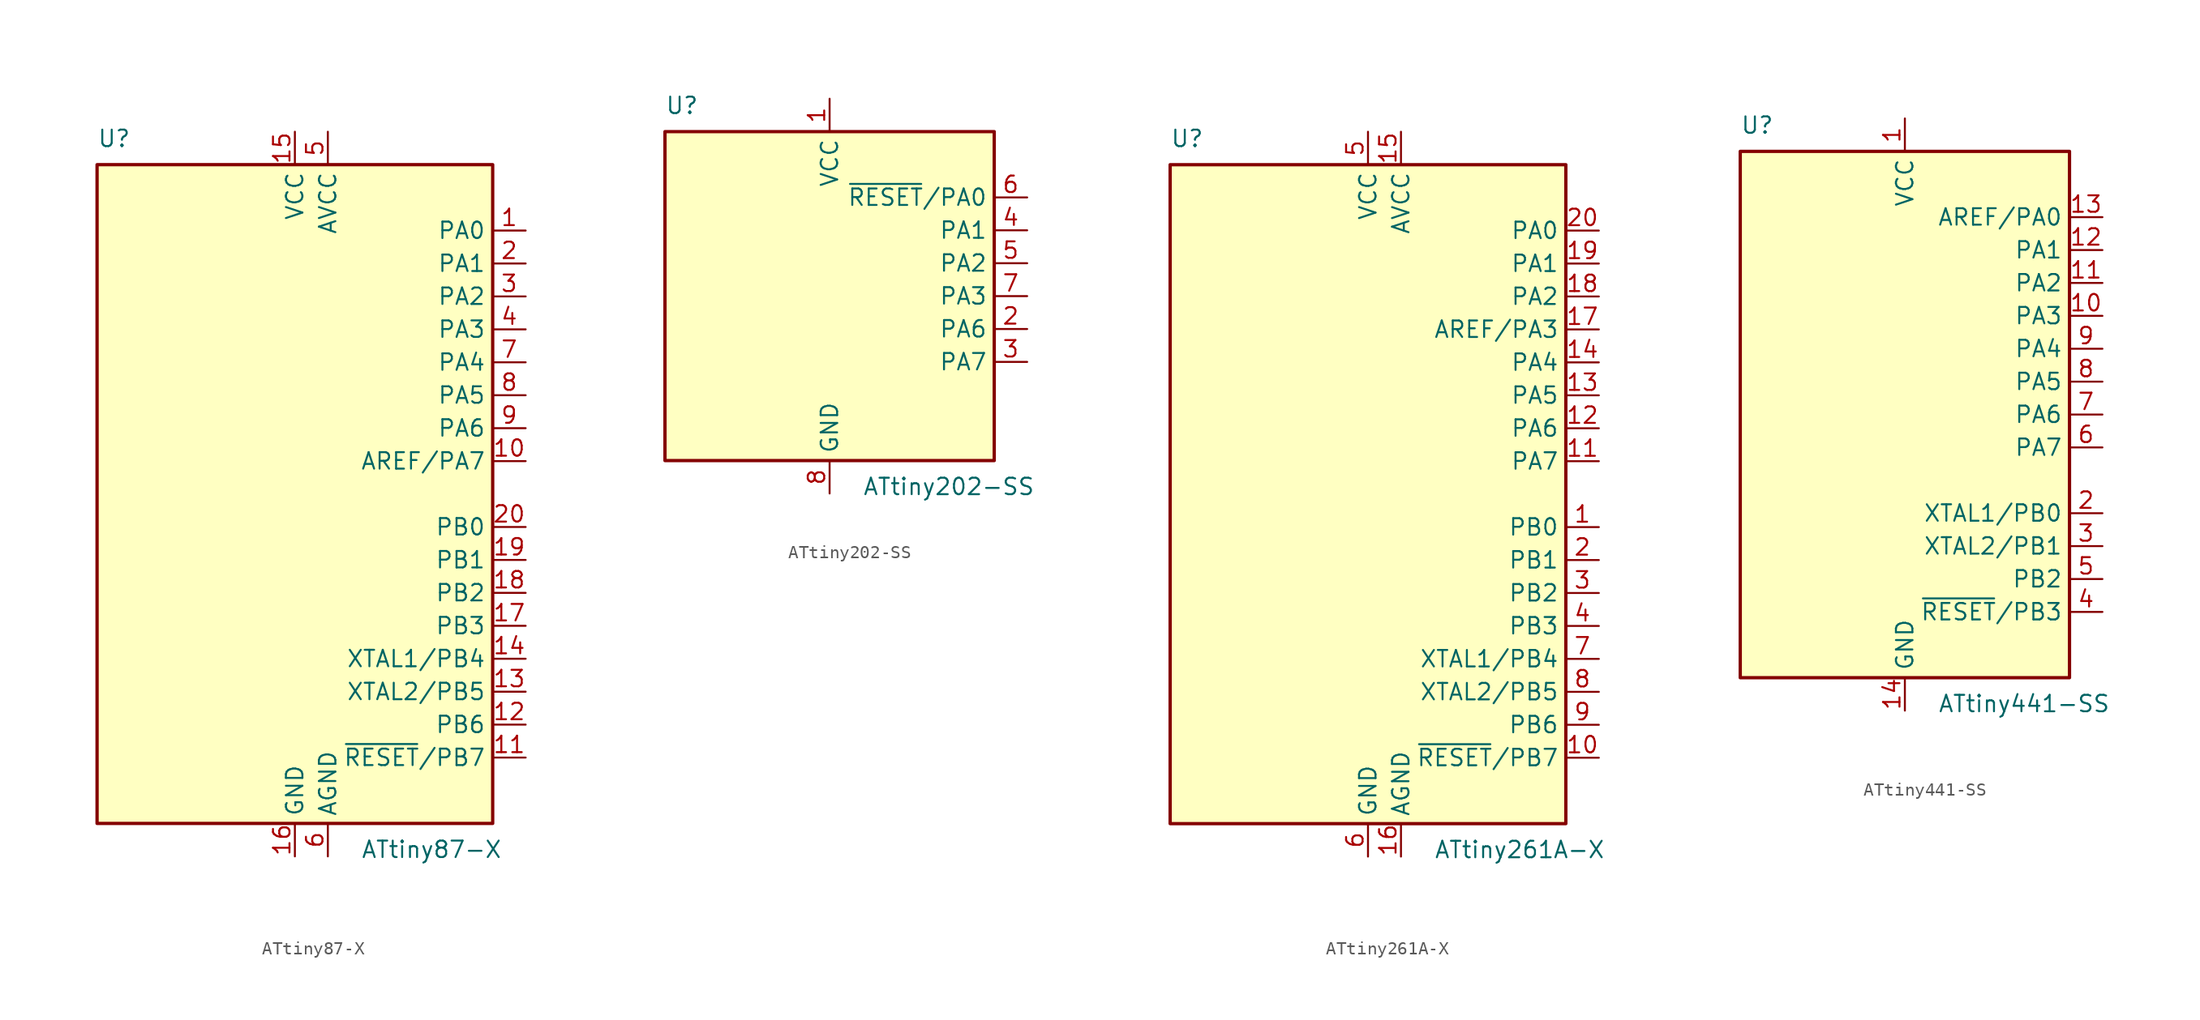
<source format=kicad_sym>
(kicad_symbol_lib
  (version 20231120)
  (generator "kicad_symbol_editor")
  (generator_version "8.0")
  (symbol "ATtiny87-X"
    (property "Reference" "U"
      (at -15.24 26.67 0)
      (effects (font (size 1.27 1.27)) (justify left bottom)))
    (property "Value" "ATtiny87-X"
      (at 5.08 -26.67 0)
      (effects (font (size 1.27 1.27)) (justify left top)))
    (symbol "ATtiny87-X_0_1"
      (rectangle (start -15.24 -25.4) (end 15.24 25.4) (stroke (width 0.254) (type default)) (fill (type background))))
    (symbol "ATtiny87-X_1_1"
      (pin bidirectional line (at 17.78 20.32 180) (length 2.54) (name "PA0" (effects (font (size 1.27 1.27)))) (number "1" (effects (font (size 1.27 1.27)))))
      (pin bidirectional line (at 17.78 2.54 180) (length 2.54) (name "AREF/PA7" (effects (font (size 1.27 1.27)))) (number "10" (effects (font (size 1.27 1.27)))))
      (pin bidirectional line (at 17.78 -20.32 180) (length 2.54) (name "~{RESET}/PB7" (effects (font (size 1.27 1.27)))) (number "11" (effects (font (size 1.27 1.27)))))
      (pin bidirectional line (at 17.78 -17.78 180) (length 2.54) (name "PB6" (effects (font (size 1.27 1.27)))) (number "12" (effects (font (size 1.27 1.27)))))
      (pin bidirectional line (at 17.78 -15.24 180) (length 2.54) (name "XTAL2/PB5" (effects (font (size 1.27 1.27)))) (number "13" (effects (font (size 1.27 1.27)))))
      (pin bidirectional line (at 17.78 -12.7 180) (length 2.54) (name "XTAL1/PB4" (effects (font (size 1.27 1.27)))) (number "14" (effects (font (size 1.27 1.27)))))
      (pin power_in line (at 0 27.94 270) (length 2.54) (name "VCC" (effects (font (size 1.27 1.27)))) (number "15" (effects (font (size 1.27 1.27)))))
      (pin power_in line (at 0 -27.94 90) (length 2.54) (name "GND" (effects (font (size 1.27 1.27)))) (number "16" (effects (font (size 1.27 1.27)))))
      (pin bidirectional line (at 17.78 -10.16 180) (length 2.54) (name "PB3" (effects (font (size 1.27 1.27)))) (number "17" (effects (font (size 1.27 1.27)))))
      (pin bidirectional line (at 17.78 -7.62 180) (length 2.54) (name "PB2" (effects (font (size 1.27 1.27)))) (number "18" (effects (font (size 1.27 1.27)))))
      (pin bidirectional line (at 17.78 -5.08 180) (length 2.54) (name "PB1" (effects (font (size 1.27 1.27)))) (number "19" (effects (font (size 1.27 1.27)))))
      (pin bidirectional line (at 17.78 17.78 180) (length 2.54) (name "PA1" (effects (font (size 1.27 1.27)))) (number "2" (effects (font (size 1.27 1.27)))))
      (pin bidirectional line (at 17.78 -2.54 180) (length 2.54) (name "PB0" (effects (font (size 1.27 1.27)))) (number "20" (effects (font (size 1.27 1.27)))))
      (pin bidirectional line (at 17.78 15.24 180) (length 2.54) (name "PA2" (effects (font (size 1.27 1.27)))) (number "3" (effects (font (size 1.27 1.27)))))
      (pin bidirectional line (at 17.78 12.7 180) (length 2.54) (name "PA3" (effects (font (size 1.27 1.27)))) (number "4" (effects (font (size 1.27 1.27)))))
      (pin power_in line (at 2.54 27.94 270) (length 2.54) (name "AVCC" (effects (font (size 1.27 1.27)))) (number "5" (effects (font (size 1.27 1.27)))))
      (pin power_in line (at 2.54 -27.94 90) (length 2.54) (name "AGND" (effects (font (size 1.27 1.27)))) (number "6" (effects (font (size 1.27 1.27)))))
      (pin bidirectional line (at 17.78 10.16 180) (length 2.54) (name "PA4" (effects (font (size 1.27 1.27)))) (number "7" (effects (font (size 1.27 1.27)))))
      (pin bidirectional line (at 17.78 7.62 180) (length 2.54) (name "PA5" (effects (font (size 1.27 1.27)))) (number "8" (effects (font (size 1.27 1.27)))))
      (pin bidirectional line (at 17.78 5.08 180) (length 2.54) (name "PA6" (effects (font (size 1.27 1.27)))) (number "9" (effects (font (size 1.27 1.27)))))))
  (symbol "ATtiny202-SS"
    (property "Reference" "U"
      (at -12.7 13.97 0)
      (effects (font (size 1.27 1.27)) (justify left bottom)))
    (property "Value" "ATtiny202-SS"
      (at 2.54 -13.97 0)
      (effects (font (size 1.27 1.27)) (justify left top)))
    (symbol "ATtiny202-SS_0_1"
      (rectangle (start -12.7 -12.7) (end 12.7 12.7) (stroke (width 0.254) (type default)) (fill (type background))))
    (symbol "ATtiny202-SS_1_1"
      (pin power_in line (at 0 15.24 270) (length 2.54) (name "VCC" (effects (font (size 1.27 1.27)))) (number "1" (effects (font (size 1.27 1.27)))))
      (pin bidirectional line (at 15.24 -2.54 180) (length 2.54) (name "PA6" (effects (font (size 1.27 1.27)))) (number "2" (effects (font (size 1.27 1.27)))))
      (pin bidirectional line (at 15.24 -5.08 180) (length 2.54) (name "PA7" (effects (font (size 1.27 1.27)))) (number "3" (effects (font (size 1.27 1.27)))))
      (pin bidirectional line (at 15.24 5.08 180) (length 2.54) (name "PA1" (effects (font (size 1.27 1.27)))) (number "4" (effects (font (size 1.27 1.27)))))
      (pin bidirectional line (at 15.24 2.54 180) (length 2.54) (name "PA2" (effects (font (size 1.27 1.27)))) (number "5" (effects (font (size 1.27 1.27)))))
      (pin bidirectional line (at 15.24 7.62 180) (length 2.54) (name "~{RESET}/PA0" (effects (font (size 1.27 1.27)))) (number "6" (effects (font (size 1.27 1.27)))))
      (pin bidirectional line (at 15.24 0 180) (length 2.54) (name "PA3" (effects (font (size 1.27 1.27)))) (number "7" (effects (font (size 1.27 1.27)))))
      (pin power_in line (at 0 -15.24 90) (length 2.54) (name "GND" (effects (font (size 1.27 1.27)))) (number "8" (effects (font (size 1.27 1.27)))))))
  (symbol "ATtiny261A-X"
    (property "Reference" "U"
      (at -15.24 26.67 0)
      (effects (font (size 1.27 1.27)) (justify left bottom)))
    (property "Value" "ATtiny261A-X"
      (at 5.08 -26.67 0)
      (effects (font (size 1.27 1.27)) (justify left top)))
    (symbol "ATtiny261A-X_0_1"
      (rectangle (start -15.24 -25.4) (end 15.24 25.4) (stroke (width 0.254) (type default)) (fill (type background))))
    (symbol "ATtiny261A-X_1_1"
      (pin bidirectional line (at 17.78 -2.54 180) (length 2.54) (name "PB0" (effects (font (size 1.27 1.27)))) (number "1" (effects (font (size 1.27 1.27)))))
      (pin bidirectional line (at 17.78 -20.32 180) (length 2.54) (name "~{RESET}/PB7" (effects (font (size 1.27 1.27)))) (number "10" (effects (font (size 1.27 1.27)))))
      (pin bidirectional line (at 17.78 2.54 180) (length 2.54) (name "PA7" (effects (font (size 1.27 1.27)))) (number "11" (effects (font (size 1.27 1.27)))))
      (pin bidirectional line (at 17.78 5.08 180) (length 2.54) (name "PA6" (effects (font (size 1.27 1.27)))) (number "12" (effects (font (size 1.27 1.27)))))
      (pin bidirectional line (at 17.78 7.62 180) (length 2.54) (name "PA5" (effects (font (size 1.27 1.27)))) (number "13" (effects (font (size 1.27 1.27)))))
      (pin bidirectional line (at 17.78 10.16 180) (length 2.54) (name "PA4" (effects (font (size 1.27 1.27)))) (number "14" (effects (font (size 1.27 1.27)))))
      (pin power_in line (at 2.54 27.94 270) (length 2.54) (name "AVCC" (effects (font (size 1.27 1.27)))) (number "15" (effects (font (size 1.27 1.27)))))
      (pin power_in line (at 2.54 -27.94 90) (length 2.54) (name "AGND" (effects (font (size 1.27 1.27)))) (number "16" (effects (font (size 1.27 1.27)))))
      (pin bidirectional line (at 17.78 12.7 180) (length 2.54) (name "AREF/PA3" (effects (font (size 1.27 1.27)))) (number "17" (effects (font (size 1.27 1.27)))))
      (pin bidirectional line (at 17.78 15.24 180) (length 2.54) (name "PA2" (effects (font (size 1.27 1.27)))) (number "18" (effects (font (size 1.27 1.27)))))
      (pin bidirectional line (at 17.78 17.78 180) (length 2.54) (name "PA1" (effects (font (size 1.27 1.27)))) (number "19" (effects (font (size 1.27 1.27)))))
      (pin bidirectional line (at 17.78 -5.08 180) (length 2.54) (name "PB1" (effects (font (size 1.27 1.27)))) (number "2" (effects (font (size 1.27 1.27)))))
      (pin bidirectional line (at 17.78 20.32 180) (length 2.54) (name "PA0" (effects (font (size 1.27 1.27)))) (number "20" (effects (font (size 1.27 1.27)))))
      (pin bidirectional line (at 17.78 -7.62 180) (length 2.54) (name "PB2" (effects (font (size 1.27 1.27)))) (number "3" (effects (font (size 1.27 1.27)))))
      (pin bidirectional line (at 17.78 -10.16 180) (length 2.54) (name "PB3" (effects (font (size 1.27 1.27)))) (number "4" (effects (font (size 1.27 1.27)))))
      (pin power_in line (at 0 27.94 270) (length 2.54) (name "VCC" (effects (font (size 1.27 1.27)))) (number "5" (effects (font (size 1.27 1.27)))))
      (pin power_in line (at 0 -27.94 90) (length 2.54) (name "GND" (effects (font (size 1.27 1.27)))) (number "6" (effects (font (size 1.27 1.27)))))
      (pin bidirectional line (at 17.78 -12.7 180) (length 2.54) (name "XTAL1/PB4" (effects (font (size 1.27 1.27)))) (number "7" (effects (font (size 1.27 1.27)))))
      (pin bidirectional line (at 17.78 -15.24 180) (length 2.54) (name "XTAL2/PB5" (effects (font (size 1.27 1.27)))) (number "8" (effects (font (size 1.27 1.27)))))
      (pin bidirectional line (at 17.78 -17.78 180) (length 2.54) (name "PB6" (effects (font (size 1.27 1.27)))) (number "9" (effects (font (size 1.27 1.27)))))))
  (symbol "ATtiny441-SS"
    (property "Reference" "U"
      (at -12.7 21.59 0)
      (effects (font (size 1.27 1.27)) (justify left bottom)))
    (property "Value" "ATtiny441-SS"
      (at 2.54 -21.59 0)
      (effects (font (size 1.27 1.27)) (justify left top)))
    (symbol "ATtiny441-SS_0_1"
      (rectangle (start -12.7 -20.32) (end 12.7 20.32) (stroke (width 0.254) (type default)) (fill (type background))))
    (symbol "ATtiny441-SS_1_1"
      (pin power_in line (at 0 22.86 270) (length 2.54) (name "VCC" (effects (font (size 1.27 1.27)))) (number "1" (effects (font (size 1.27 1.27)))))
      (pin bidirectional line (at 15.24 7.62 180) (length 2.54) (name "PA3" (effects (font (size 1.27 1.27)))) (number "10" (effects (font (size 1.27 1.27)))))
      (pin bidirectional line (at 15.24 10.16 180) (length 2.54) (name "PA2" (effects (font (size 1.27 1.27)))) (number "11" (effects (font (size 1.27 1.27)))))
      (pin bidirectional line (at 15.24 12.7 180) (length 2.54) (name "PA1" (effects (font (size 1.27 1.27)))) (number "12" (effects (font (size 1.27 1.27)))))
      (pin bidirectional line (at 15.24 15.24 180) (length 2.54) (name "AREF/PA0" (effects (font (size 1.27 1.27)))) (number "13" (effects (font (size 1.27 1.27)))))
      (pin power_in line (at 0 -22.86 90) (length 2.54) (name "GND" (effects (font (size 1.27 1.27)))) (number "14" (effects (font (size 1.27 1.27)))))
      (pin bidirectional line (at 15.24 -7.62 180) (length 2.54) (name "XTAL1/PB0" (effects (font (size 1.27 1.27)))) (number "2" (effects (font (size 1.27 1.27)))))
      (pin bidirectional line (at 15.24 -10.16 180) (length 2.54) (name "XTAL2/PB1" (effects (font (size 1.27 1.27)))) (number "3" (effects (font (size 1.27 1.27)))))
      (pin bidirectional line (at 15.24 -15.24 180) (length 2.54) (name "~{RESET}/PB3" (effects (font (size 1.27 1.27)))) (number "4" (effects (font (size 1.27 1.27)))))
      (pin bidirectional line (at 15.24 -12.7 180) (length 2.54) (name "PB2" (effects (font (size 1.27 1.27)))) (number "5" (effects (font (size 1.27 1.27)))))
      (pin bidirectional line (at 15.24 -2.54 180) (length 2.54) (name "PA7" (effects (font (size 1.27 1.27)))) (number "6" (effects (font (size 1.27 1.27)))))
      (pin bidirectional line (at 15.24 0 180) (length 2.54) (name "PA6" (effects (font (size 1.27 1.27)))) (number "7" (effects (font (size 1.27 1.27)))))
      (pin bidirectional line (at 15.24 2.54 180) (length 2.54) (name "PA5" (effects (font (size 1.27 1.27)))) (number "8" (effects (font (size 1.27 1.27)))))
      (pin bidirectional line (at 15.24 5.08 180) (length 2.54) (name "PA4" (effects (font (size 1.27 1.27)))) (number "9" (effects (font (size 1.27 1.27))))))))
</source>
